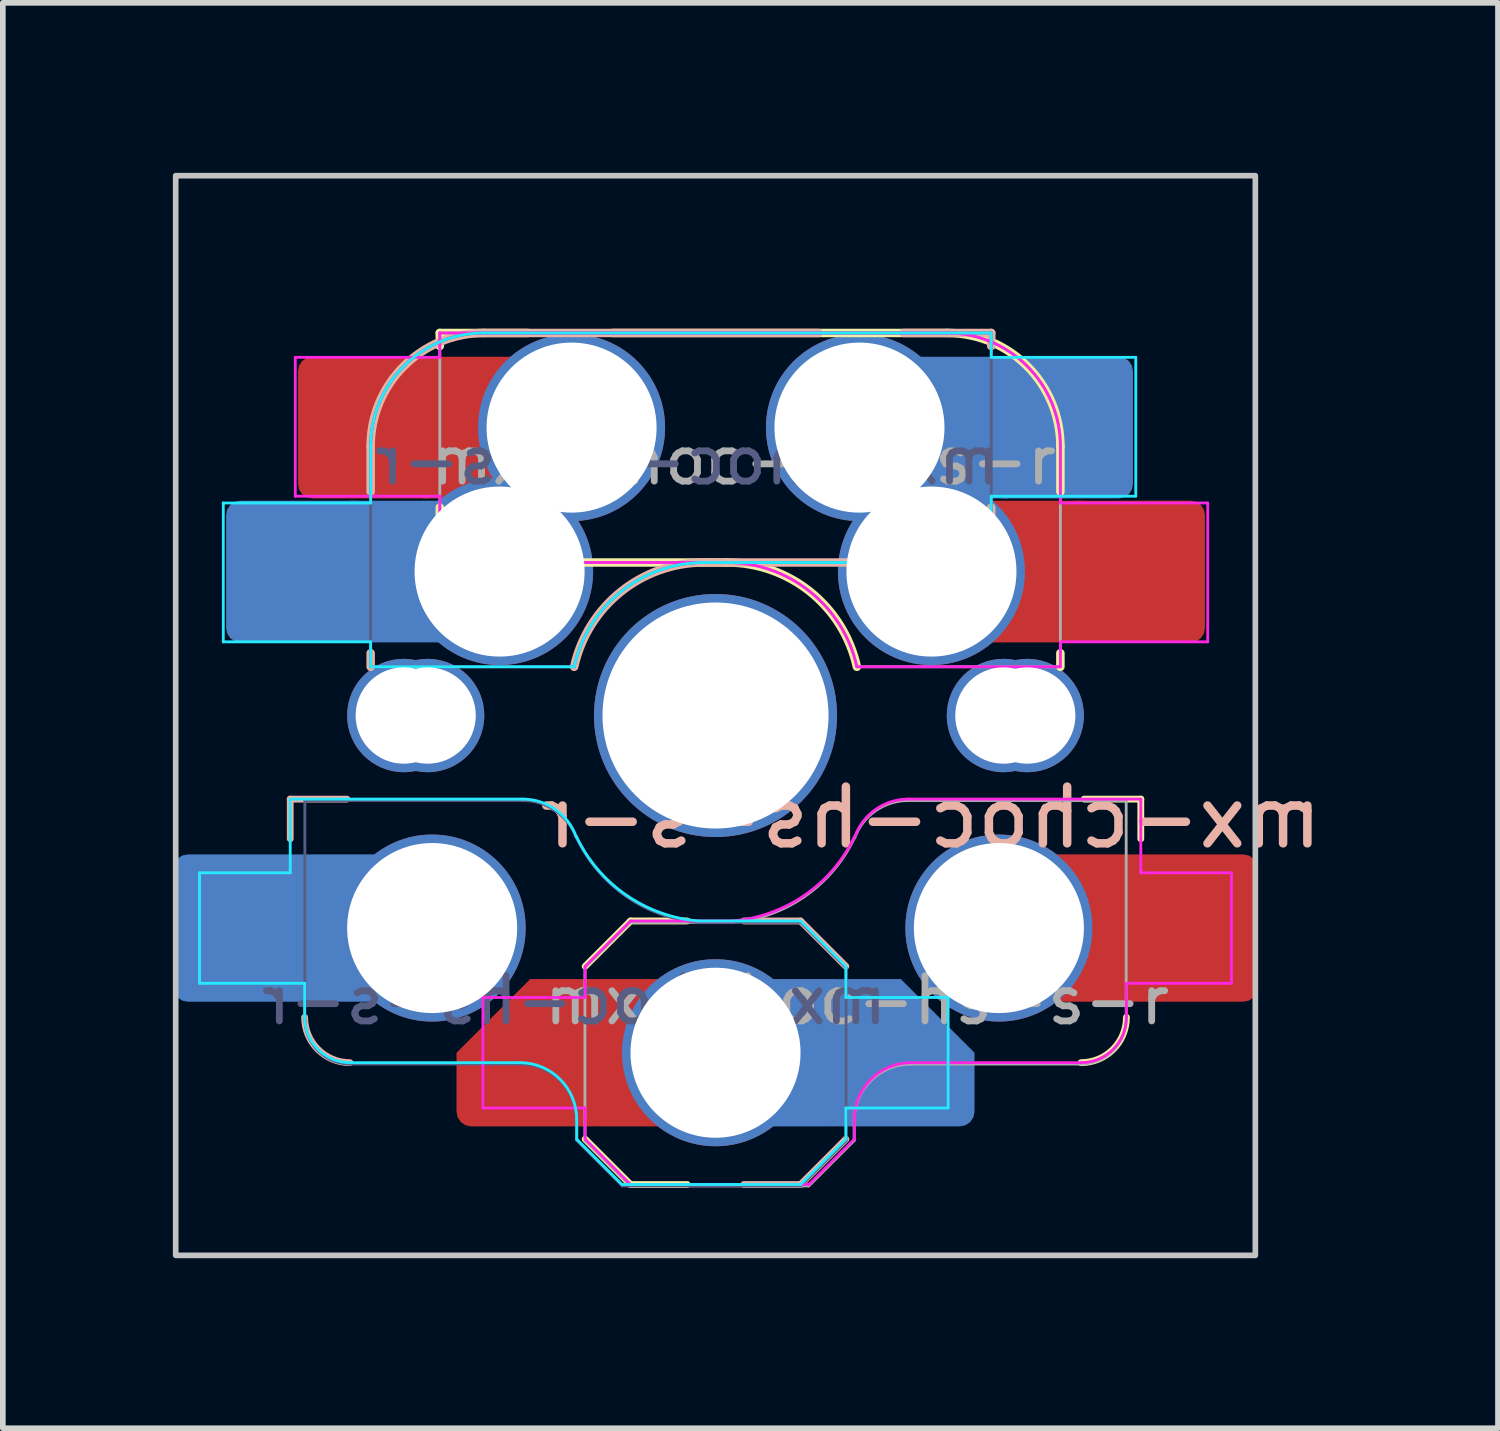
<source format=kicad_pcb>
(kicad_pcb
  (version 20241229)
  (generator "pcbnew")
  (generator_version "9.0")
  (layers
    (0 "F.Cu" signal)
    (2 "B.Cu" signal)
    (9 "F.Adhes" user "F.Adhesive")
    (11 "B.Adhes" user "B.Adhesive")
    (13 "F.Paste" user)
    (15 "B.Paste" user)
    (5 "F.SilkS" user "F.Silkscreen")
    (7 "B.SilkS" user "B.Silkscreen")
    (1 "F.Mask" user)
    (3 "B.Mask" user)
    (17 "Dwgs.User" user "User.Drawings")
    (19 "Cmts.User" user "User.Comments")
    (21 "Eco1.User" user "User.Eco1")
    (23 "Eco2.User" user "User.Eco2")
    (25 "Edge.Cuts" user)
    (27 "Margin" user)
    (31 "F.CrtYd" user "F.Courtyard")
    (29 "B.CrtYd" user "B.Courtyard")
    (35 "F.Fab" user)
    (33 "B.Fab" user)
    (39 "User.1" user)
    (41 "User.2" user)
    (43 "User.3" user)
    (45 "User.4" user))
  (footprint "mx-choc-hs-s-r"
    (layer "F.Cu")
    (at 9.575 9.575)
    (property "Reference" "mx-choc-hs-s-r" (at 3.8 1.8 0) (layer "B.SilkS") (effects (font (size 1 1) (thickness 0.15)) (justify mirror)))
    (attr smd)
    (fp_line (start -4.865 -3.67) (end -4.865 -3.2) (stroke (width 0.15) (type solid)) (layer "F.SilkS"))
    (fp_line (start -4.865 -6.75) (end -4.865 -6.52) (stroke (width 0.15) (type solid)) (layer "F.SilkS"))
    (fp_line (start -4.365 -2.7) (end 0.2 -2.7) (stroke (width 0.15) (type solid)) (layer "F.SilkS"))
    (fp_line (start -3.315 -6.75) (end -4.865 -6.75) (stroke (width 0.15) (type solid)) (layer "F.SilkS"))
    (fp_line (start -2.3 7.475) (end -1.5 8.275) (stroke (width 0.12) (type solid)) (layer "F.SilkS"))
    (fp_line (start -1.5 3.625) (end -2.3 4.425) (stroke (width 0.12) (type solid)) (layer "F.SilkS"))
    (fp_line (start -1.5 3.625) (end -0.5 3.625) (stroke (width 0.12) (type solid)) (layer "F.SilkS"))
    (fp_line (start -1.5 8.275) (end -0.5 8.275) (stroke (width 0.12) (type solid)) (layer "F.SilkS"))
    (fp_line (start 4.085 -6.75) (end -1.815 -6.75) (stroke (width 0.15) (type solid)) (layer "F.SilkS"))
    (fp_line (start 6.085 -1.1) (end 6.085 -0.86) (stroke (width 0.15) (type solid)) (layer "F.SilkS"))
    (fp_line (start 6.085 -3.95) (end 6.085 -4.75) (stroke (width 0.15) (type solid)) (layer "F.SilkS"))
    (fp_line (start 7.504 1.475) (end 6.504 1.475) (stroke (width 0.12) (type solid)) (layer "F.SilkS"))
    (fp_line (start 7.504 1.475) (end 7.504 2.175) (stroke (width 0.12) (type solid)) (layer "F.SilkS"))
    (fp_arc (start -4.364825 -2.700216) (mid -4.718382 -2.846662) (end -4.864824 -3.200221) (stroke (width 0.15) (type solid)) (layer "F.SilkS"))
    (fp_arc (start 0.200001 -2.700221) (mid 1.670694 -2.183639) (end 2.494322 -0.860222) (stroke (width 0.15) (type solid)) (layer "F.SilkS"))
    (fp_arc (start 4.085172 -6.750221) (mid 5.499391 -6.164436) (end 6.085178 -4.750217) (stroke (width 0.15) (type solid)) (layer "F.SilkS"))
    (fp_arc (start 7.25 5.325) (mid 7.015685 5.890685) (end 6.45 6.125) (stroke (width 0.12) (type solid)) (layer "F.SilkS"))
    (fp_line (start -7.504 1.475) (end -7.504 2.175) (stroke (width 0.12) (type solid)) (layer "B.SilkS"))
    (fp_line (start -7.504 1.475) (end -6.504 1.475) (stroke (width 0.12) (type solid)) (layer "B.SilkS"))
    (fp_line (start -6.085 -1.1) (end -6.085 -0.86) (stroke (width 0.15) (type solid)) (layer "B.SilkS"))
    (fp_line (start -6.085 -3.95) (end -6.085 -4.75) (stroke (width 0.15) (type solid)) (layer "B.SilkS"))
    (fp_line (start -4.085 -6.75) (end 1.815 -6.75) (stroke (width 0.15) (type solid)) (layer "B.SilkS"))
    (fp_line (start 1.5 3.625) (end 0.5 3.625) (stroke (width 0.12) (type solid)) (layer "B.SilkS"))
    (fp_line (start 1.5 3.625) (end 2.3 4.425) (stroke (width 0.12) (type solid)) (layer "B.SilkS"))
    (fp_line (start 1.5 8.275) (end 0.5 8.275) (stroke (width 0.12) (type solid)) (layer "B.SilkS"))
    (fp_line (start 2.3 7.475) (end 1.5 8.275) (stroke (width 0.12) (type solid)) (layer "B.SilkS"))
    (fp_line (start 3.315 -6.75) (end 4.865 -6.75) (stroke (width 0.15) (type solid)) (layer "B.SilkS"))
    (fp_line (start 4.365 -2.7) (end -0.2 -2.7) (stroke (width 0.15) (type solid)) (layer "B.SilkS"))
    (fp_line (start 4.865 -6.75) (end 4.865 -6.52) (stroke (width 0.15) (type solid)) (layer "B.SilkS"))
    (fp_line (start 4.865 -3.67) (end 4.865 -3.2) (stroke (width 0.15) (type solid)) (layer "B.SilkS"))
    (fp_arc (start -6.450001 6.125) (mid -7.015686 5.890686) (end -7.25 5.325001) (stroke (width 0.12) (type solid)) (layer "B.SilkS"))
    (fp_arc (start -6.085176 -4.750216) (mid -5.49939 -6.164431) (end -4.085176 -6.750218) (stroke (width 0.15) (type solid)) (layer "B.SilkS"))
    (fp_arc (start -2.494321 -0.860222) (mid -1.670692 -2.183638) (end -0.199999 -2.70022) (stroke (width 0.15) (type solid)) (layer "B.SilkS"))
    (fp_arc (start 4.864825 -3.200217) (mid 4.718377 -2.846667) (end 4.364826 -2.700217) (stroke (width 0.15) (type solid)) (layer "B.SilkS"))
    (fp_rect (start -9.525 -9.525) (end 9.525 9.525) (stroke (width 0.1) (type default)) (fill no) (layer "Dwgs.User"))
    (fp_line (start -9.104 4.725) (end -9.104 2.775) (stroke (width 0.05) (type solid)) (layer "B.CrtYd"))
    (fp_line (start -9.104 2.775) (end -7.504 2.775) (stroke (width 0.05) (type solid)) (layer "B.CrtYd"))
    (fp_line (start -8.685 -3.75) (end -8.685 -1.3) (stroke (width 0.05) (type solid)) (layer "B.CrtYd"))
    (fp_line (start -8.685 -1.3) (end -6.085 -1.3) (stroke (width 0.05) (type solid)) (layer "B.CrtYd"))
    (fp_line (start -7.504 2.175) (end -7.504 2.775) (stroke (width 0.05) (type solid)) (layer "B.CrtYd"))
    (fp_line (start -7.504 1.475) (end -7.504 2.175) (stroke (width 0.05) (type solid)) (layer "B.CrtYd"))
    (fp_line (start -7.504 1.475) (end -3.4 1.475) (stroke (width 0.05) (type solid)) (layer "B.CrtYd"))
    (fp_line (start -7.25 5.325) (end -7.25 4.725) (stroke (width 0.05) (type solid)) (layer "B.CrtYd"))
    (fp_line (start -7.25 4.725) (end -9.104 4.725) (stroke (width 0.05) (type solid)) (layer "B.CrtYd"))
    (fp_line (start -6.085 -1.3) (end -6.085 -0.86) (stroke (width 0.05) (type solid)) (layer "B.CrtYd"))
    (fp_line (start -6.085 -3.75) (end -8.685 -3.75) (stroke (width 0.05) (type solid)) (layer "B.CrtYd"))
    (fp_line (start -6.085 -3.75) (end -6.085 -4.75) (stroke (width 0.05) (type solid)) (layer "B.CrtYd"))
    (fp_line (start -6.085 -0.86) (end -2.494 -0.86) (stroke (width 0.05) (type solid)) (layer "B.CrtYd"))
    (fp_line (start -4.085 -6.75) (end 4.865 -6.75) (stroke (width 0.05) (type solid)) (layer "B.CrtYd"))
    (fp_line (start -3.45 6.125) (end -6.45 6.125) (stroke (width 0.05) (type solid)) (layer "B.CrtYd"))
    (fp_line (start -2.45 7.475) (end -2.45 7.125) (stroke (width 0.05) (type solid)) (layer "B.CrtYd"))
    (fp_line (start -2.45 7.475) (end -1.65 8.275) (stroke (width 0.05) (type solid)) (layer "B.CrtYd"))
    (fp_line (start 1.5 3.625) (end -0.3 3.625) (stroke (width 0.05) (type solid)) (layer "B.CrtYd"))
    (fp_line (start 1.5 3.625) (end 2.3 4.425) (stroke (width 0.05) (type solid)) (layer "B.CrtYd"))
    (fp_line (start 1.5 8.275) (end -1.65 8.275) (stroke (width 0.05) (type solid)) (layer "B.CrtYd"))
    (fp_line (start 2.3 7.475) (end 1.5 8.275) (stroke (width 0.05) (type solid)) (layer "B.CrtYd"))
    (fp_line (start 2.3 7.475) (end 2.3 6.925) (stroke (width 0.05) (type solid)) (layer "B.CrtYd"))
    (fp_line (start 2.3 4.975) (end 2.3 4.425) (stroke (width 0.05) (type solid)) (layer "B.CrtYd"))
    (fp_line (start 4.104 4.975) (end 2.3 4.975) (stroke (width 0.05) (type solid)) (layer "B.CrtYd"))
    (fp_line (start 4.104 4.975) (end 4.104 6.925) (stroke (width 0.05) (type solid)) (layer "B.CrtYd"))
    (fp_line (start 4.104 6.925) (end 2.3 6.925) (stroke (width 0.05) (type solid)) (layer "B.CrtYd"))
    (fp_line (start 4.865 -6.75) (end 4.865 -6.32) (stroke (width 0.05) (type solid)) (layer "B.CrtYd"))
    (fp_line (start 4.865 -3.87) (end 4.865 -2.7) (stroke (width 0.05) (type solid)) (layer "B.CrtYd"))
    (fp_line (start 4.865 -3.87) (end 7.415 -3.87) (stroke (width 0.05) (type solid)) (layer "B.CrtYd"))
    (fp_line (start 4.865 -2.7) (end -0.2 -2.7) (stroke (width 0.05) (type solid)) (layer "B.CrtYd"))
    (fp_line (start 7.415 -6.32) (end 4.865 -6.32) (stroke (width 0.05) (type solid)) (layer "B.CrtYd"))
    (fp_line (start 7.415 -3.87) (end 7.415 -6.32) (stroke (width 0.05) (type solid)) (layer "B.CrtYd"))
    (fp_arc (start -6.450001 6.125) (mid -7.015686 5.890686) (end -7.25 5.325001) (stroke (width 0.05) (type solid)) (layer "B.CrtYd"))
    (fp_arc (start -6.085176 -4.750216) (mid -5.49939 -6.164431) (end -4.085176 -6.750218) (stroke (width 0.05) (type solid)) (layer "B.CrtYd"))
    (fp_arc (start -3.450001 6.124999) (mid -2.742895 6.417893) (end -2.45 7.125) (stroke (width 0.05) (type solid)) (layer "B.CrtYd"))
    (fp_arc (start -3.4 1.475) (mid -2.826423 1.655848) (end -2.460307 2.13298) (stroke (width 0.05) (type solid)) (layer "B.CrtYd"))
    (fp_arc (start -2.494321 -0.860222) (mid -1.670501 -2.183401) (end -0.199999 -2.70022) (stroke (width 0.05) (type solid)) (layer "B.CrtYd"))
    (fp_arc (start -0.299999 3.624999) (mid -1.577272 3.167235) (end -2.455442 2.132929) (stroke (width 0.05) (type solid)) (layer "B.CrtYd"))
    (fp_line (start -7.415 -3.87) (end -7.415 -6.32) (stroke (width 0.05) (type solid)) (layer "F.CrtYd"))
    (fp_line (start -7.415 -6.32) (end -4.865 -6.32) (stroke (width 0.05) (type solid)) (layer "F.CrtYd"))
    (fp_line (start -4.865 -3.87) (end -7.415 -3.87) (stroke (width 0.05) (type solid)) (layer "F.CrtYd"))
    (fp_line (start -4.865 -3.87) (end -4.865 -2.7) (stroke (width 0.05) (type solid)) (layer "F.CrtYd"))
    (fp_line (start -4.865 -2.7) (end 0.2 -2.7) (stroke (width 0.05) (type solid)) (layer "F.CrtYd"))
    (fp_line (start -4.865 -6.75) (end -4.865 -6.32) (stroke (width 0.05) (type solid)) (layer "F.CrtYd"))
    (fp_line (start -4.104 4.975) (end -4.104 6.925) (stroke (width 0.05) (type solid)) (layer "F.CrtYd"))
    (fp_line (start -4.104 4.975) (end -2.3 4.975) (stroke (width 0.05) (type solid)) (layer "F.CrtYd"))
    (fp_line (start -4.104 6.925) (end -2.3 6.925) (stroke (width 0.05) (type solid)) (layer "F.CrtYd"))
    (fp_line (start -2.3 4.975) (end -2.3 4.425) (stroke (width 0.05) (type solid)) (layer "F.CrtYd"))
    (fp_line (start -2.3 7.475) (end -2.3 6.925) (stroke (width 0.05) (type solid)) (layer "F.CrtYd"))
    (fp_line (start -2.3 7.475) (end -1.5 8.275) (stroke (width 0.05) (type solid)) (layer "F.CrtYd"))
    (fp_line (start -1.5 3.625) (end -2.3 4.425) (stroke (width 0.05) (type solid)) (layer "F.CrtYd"))
    (fp_line (start -1.5 3.625) (end 0.3 3.625) (stroke (width 0.05) (type solid)) (layer "F.CrtYd"))
    (fp_line (start -1.5 8.275) (end 1.65 8.275) (stroke (width 0.05) (type solid)) (layer "F.CrtYd"))
    (fp_line (start 2.45 7.475) (end 1.65 8.275) (stroke (width 0.05) (type solid)) (layer "F.CrtYd"))
    (fp_line (start 2.45 7.475) (end 2.45 7.125) (stroke (width 0.05) (type solid)) (layer "F.CrtYd"))
    (fp_line (start 3.45 6.125) (end 6.45 6.125) (stroke (width 0.05) (type solid)) (layer "F.CrtYd"))
    (fp_line (start 4.085 -6.75) (end -4.865 -6.75) (stroke (width 0.05) (type solid)) (layer "F.CrtYd"))
    (fp_line (start 6.085 -1.3) (end 6.085 -0.86) (stroke (width 0.05) (type solid)) (layer "F.CrtYd"))
    (fp_line (start 6.085 -0.86) (end 2.494 -0.86) (stroke (width 0.05) (type solid)) (layer "F.CrtYd"))
    (fp_line (start 6.085 -3.75) (end 6.085 -4.75) (stroke (width 0.05) (type solid)) (layer "F.CrtYd"))
    (fp_line (start 6.085 -3.75) (end 8.685 -3.75) (stroke (width 0.05) (type solid)) (layer "F.CrtYd"))
    (fp_line (start 7.25 4.725) (end 9.104 4.725) (stroke (width 0.05) (type solid)) (layer "F.CrtYd"))
    (fp_line (start 7.25 5.325) (end 7.25 4.725) (stroke (width 0.05) (type solid)) (layer "F.CrtYd"))
    (fp_line (start 7.504 1.475) (end 3.4 1.475) (stroke (width 0.05) (type solid)) (layer "F.CrtYd"))
    (fp_line (start 7.504 1.475) (end 7.504 2.175) (stroke (width 0.05) (type solid)) (layer "F.CrtYd"))
    (fp_line (start 7.504 2.175) (end 7.504 2.775) (stroke (width 0.05) (type solid)) (layer "F.CrtYd"))
    (fp_line (start 8.685 -1.3) (end 6.085 -1.3) (stroke (width 0.05) (type solid)) (layer "F.CrtYd"))
    (fp_line (start 8.685 -3.75) (end 8.685 -1.3) (stroke (width 0.05) (type solid)) (layer "F.CrtYd"))
    (fp_line (start 9.104 2.775) (end 7.504 2.775) (stroke (width 0.05) (type solid)) (layer "F.CrtYd"))
    (fp_line (start 9.104 4.725) (end 9.104 2.775) (stroke (width 0.05) (type solid)) (layer "F.CrtYd"))
    (fp_arc (start 0.200001 -2.700221) (mid 1.670503 -2.1834) (end 2.494322 -0.860222) (stroke (width 0.05) (type solid)) (layer "F.CrtYd"))
    (fp_arc (start 2.45 7.125) (mid 2.742893 6.417893) (end 3.45 6.125) (stroke (width 0.05) (type solid)) (layer "F.CrtYd"))
    (fp_arc (start 2.455444 2.13293) (mid 1.577272 3.167235) (end 0.299999 3.624999) (stroke (width 0.05) (type solid)) (layer "F.CrtYd"))
    (fp_arc (start 2.460307 2.13298) (mid 2.826423 1.655848) (end 3.4 1.475) (stroke (width 0.05) (type solid)) (layer "F.CrtYd"))
    (fp_arc (start 4.085172 -6.750221) (mid 5.499391 -6.164436) (end 6.085178 -4.750217) (stroke (width 0.05) (type solid)) (layer "F.CrtYd"))
    (fp_arc (start 7.25 5.325) (mid 7.015685 5.890685) (end 6.45 6.125) (stroke (width 0.05) (type solid)) (layer "F.CrtYd"))
    (fp_line (start -7.246 1.5) (end -3.396 1.5) (stroke (width 0.05) (type solid)) (layer "B.Fab"))
    (fp_line (start -7.246 5.35) (end -7.246 1.5) (stroke (width 0.05) (type solid)) (layer "B.Fab"))
    (fp_line (start -6.085 -0.86) (end -6.085 -4.75) (stroke (width 0.05) (type solid)) (layer "B.Fab"))
    (fp_line (start -6.085 -0.86) (end -2.494 -0.86) (stroke (width 0.05) (type solid)) (layer "B.Fab"))
    (fp_line (start -4.085 -6.75) (end 4.865 -6.75) (stroke (width 0.05) (type solid)) (layer "B.Fab"))
    (fp_line (start -3.446 6.15) (end -6.446 6.15) (stroke (width 0.05) (type solid)) (layer "B.Fab"))
    (fp_line (start -2.446 7.5) (end -2.446 7.15) (stroke (width 0.05) (type solid)) (layer "B.Fab"))
    (fp_line (start -2.446 7.5) (end -1.646 8.3) (stroke (width 0.05) (type solid)) (layer "B.Fab"))
    (fp_line (start 1.504 3.65) (end -0.296 3.65) (stroke (width 0.05) (type solid)) (layer "B.Fab"))
    (fp_line (start 1.504 3.65) (end 2.304 4.45) (stroke (width 0.05) (type solid)) (layer "B.Fab"))
    (fp_line (start 1.504 8.3) (end -1.646 8.3) (stroke (width 0.05) (type solid)) (layer "B.Fab"))
    (fp_line (start 2.304 7.5) (end 1.504 8.3) (stroke (width 0.05) (type solid)) (layer "B.Fab"))
    (fp_line (start 2.304 7.5) (end 2.304 4.45) (stroke (width 0.05) (type solid)) (layer "B.Fab"))
    (fp_line (start 4.865 -6.75) (end 4.865 -2.7) (stroke (width 0.05) (type solid)) (layer "B.Fab"))
    (fp_line (start 4.865 -2.7) (end -0.2 -2.7) (stroke (width 0.05) (type solid)) (layer "B.Fab"))
    (fp_arc (start -6.446 6.15) (mid -7.011685 5.915685) (end -7.245999 5.349999) (stroke (width 0.05) (type solid)) (layer "B.Fab"))
    (fp_arc (start -6.085176 -4.750216) (mid -5.49939 -6.164431) (end -4.085176 -6.750218) (stroke (width 0.05) (type solid)) (layer "B.Fab"))
    (fp_arc (start -3.445999 6.149999) (mid -2.738892 6.442893) (end -2.445999 7.150001) (stroke (width 0.05) (type solid)) (layer "B.Fab"))
    (fp_arc (start -3.395998 1.500001) (mid -2.822421 1.680849) (end -2.456307 2.157982) (stroke (width 0.05) (type solid)) (layer "B.Fab"))
    (fp_arc (start -2.494321 -0.860222) (mid -1.670501 -2.183401) (end -0.199999 -2.70022) (stroke (width 0.05) (type solid)) (layer "B.Fab"))
    (fp_arc (start -0.295999 3.650001) (mid -1.573274 3.192237) (end -2.451444 2.15793) (stroke (width 0.05) (type solid)) (layer "B.Fab"))
    (fp_line (start -4.865 -2.7) (end 0.2 -2.7) (stroke (width 0.05) (type solid)) (layer "F.Fab"))
    (fp_line (start -4.865 -6.75) (end -4.865 -2.7) (stroke (width 0.05) (type solid)) (layer "F.Fab"))
    (fp_line (start -2.304 7.5) (end -2.304 4.45) (stroke (width 0.05) (type solid)) (layer "F.Fab"))
    (fp_line (start -2.304 7.5) (end -1.504 8.3) (stroke (width 0.05) (type solid)) (layer "F.Fab"))
    (fp_line (start -1.504 3.65) (end -2.304 4.45) (stroke (width 0.05) (type solid)) (layer "F.Fab"))
    (fp_line (start -1.504 3.65) (end 0.296 3.65) (stroke (width 0.05) (type solid)) (layer "F.Fab"))
    (fp_line (start -1.504 8.3) (end 1.646 8.3) (stroke (width 0.05) (type solid)) (layer "F.Fab"))
    (fp_line (start 2.446 7.5) (end 1.646 8.3) (stroke (width 0.05) (type solid)) (layer "F.Fab"))
    (fp_line (start 2.446 7.5) (end 2.446 7.15) (stroke (width 0.05) (type solid)) (layer "F.Fab"))
    (fp_line (start 3.446 6.15) (end 6.446 6.15) (stroke (width 0.05) (type solid)) (layer "F.Fab"))
    (fp_line (start 4.085 -6.75) (end -4.865 -6.75) (stroke (width 0.05) (type solid)) (layer "F.Fab"))
    (fp_line (start 6.085 -0.86) (end 2.494 -0.86) (stroke (width 0.05) (type solid)) (layer "F.Fab"))
    (fp_line (start 6.085 -0.86) (end 6.085 -4.75) (stroke (width 0.05) (type solid)) (layer "F.Fab"))
    (fp_line (start 7.246 1.5) (end 3.396 1.5) (stroke (width 0.05) (type solid)) (layer "F.Fab"))
    (fp_line (start 7.246 5.35) (end 7.246 1.5) (stroke (width 0.05) (type solid)) (layer "F.Fab"))
    (fp_arc (start 0.200001 -2.700221) (mid 1.670503 -2.1834) (end 2.494322 -0.860222) (stroke (width 0.05) (type solid)) (layer "F.Fab"))
    (fp_arc (start 2.446 7.15) (mid 2.738893 6.442893) (end 3.446 6.15) (stroke (width 0.05) (type solid)) (layer "F.Fab"))
    (fp_arc (start 2.451444 2.15793) (mid 1.573272 3.192235) (end 0.295999 3.649999) (stroke (width 0.05) (type solid)) (layer "F.Fab"))
    (fp_arc (start 2.456307 2.15798) (mid 2.822423 1.680848) (end 3.396 1.5) (stroke (width 0.05) (type solid)) (layer "F.Fab"))
    (fp_arc (start 4.085172 -6.750221) (mid 5.499391 -6.164436) (end 6.085178 -4.750217) (stroke (width 0.05) (type solid)) (layer "F.Fab"))
    (fp_arc (start 7.246 5.35) (mid 7.011685 5.915685) (end 6.446 6.15) (stroke (width 0.05) (type solid)) (layer "F.Fab"))
    (fp_text user "${REFERENCE}" (at -2.496 5.025 0) (layer "B.Fab") (effects (font (size 0.8 0.8) (thickness 0.12)) (justify mirror)))
    (fp_text user "${REFERENCE}" (at -0.5 -4.5 0) (layer "B.Fab") (effects (font (size 0.8 0.8) (thickness 0.12)) (justify mirror)))
    (fp_text user "${REFERENCE}" (at 0.5 -4.5 0) (layer "F.Fab") (effects (font (size 0.8 0.8) (thickness 0.12))))
    (fp_text user "${REFERENCE}" (at 2.496 5.025 0) (layer "F.Fab") (effects (font (size 0.8 0.8) (thickness 0.12))))
    (pad "" thru_hole circle (at -5.5 0.000002) (size 2 2) (drill 1.7) (layers "*.Cu" "*.Mask"))
    (pad "" thru_hole circle (at -5.08 -0.000002) (size 2 2) (drill 1.7) (layers "*.Cu" "*.Mask"))
    (pad "" thru_hole circle (at 0 0) (size 4.288 4.288) (drill 3.988) (layers "*.Cu" "*.Mask"))
    (pad "" thru_hole circle (at 5.08 0.000001) (size 2 2) (drill 1.7) (layers "*.Cu" "*.Mask"))
    (pad "" thru_hole circle (at 5.5 -0.000002) (size 2 2) (drill 1.7) (layers "*.Cu" "*.Mask"))
    (pad "1" smd roundrect (at -8.245 3.75 180) (size 2.65 2.6) (layers "B.Cu" "B.Mask" "B.Paste") (roundrect_rratio 0.1))
    (pad "1" smd roundrect (at -7.36 -2.54 180) (size 2.55 2.5) (layers "B.Cu" "B.Mask" "B.Paste") (roundrect_rratio 0.1))
    (pad "1" smd rect (at -6.55 3.75 180) (size 1.2 2.6) (layers "B.Cu"))
    (pad "1" smd roundrect (at -6.09 -5.08) (size 2.55 2.5) (layers "F.Cu" "F.Mask" "F.Paste") (roundrect_rratio 0.1))
    (pad "1" smd rect (at -5.635 -2.54) (size 1.65 2.5) (layers "B.Cu"))
    (pad "1" thru_hole circle (at -5 3.75 180) (size 3.3 3.3) (drill 3) (layers "*.Cu" "*.Mask"))
    (pad "1" smd rect (at -4.34 -5.08) (size 1.65 2.5) (layers "F.Cu"))
    (pad "1" thru_hole circle (at -3.81 -2.54 180) (size 3.3 3.3) (drill 3) (property pad_prop_mechanical) (layers "*.Cu" "*.Mask"))
    (pad "1" thru_hole circle (at -2.54 -5.08) (size 3.3 3.3) (drill 3) (property pad_prop_mechanical) (layers "*.Cu" "*.Mask"))
    (pad "1" thru_hole circle (at 5 3.75) (size 3.3 3.3) (drill 3) (layers "*.Cu" "*.Mask"))
    (pad "1" smd rect (at 6.55 3.75) (size 1.2 2.6) (layers "F.Cu"))
    (pad "1" smd roundrect (at 8.245 3.75) (size 2.65 2.6) (layers "F.Cu" "F.Mask" "F.Paste") (roundrect_rratio 0.1))
    (pad "2" smd roundrect (at -3.245 5.95) (size 2.65 2.6) (layers "F.Cu" "F.Mask" "F.Paste") (roundrect_rratio 0.1) (chamfer_ratio 0.5) (chamfer top_left))
    (pad "2" smd rect (at -1.55 5.95 180) (size 1.2 2.6) (layers "F.Cu"))
    (pad "2" thru_hole circle (at 0.000001 5.95 180) (size 3.3 3.3) (drill 3) (layers "*.Cu" "*.Mask"))
    (pad "2" smd rect (at 1.55 5.95) (size 1.2 2.6) (layers "B.Cu"))
    (pad "2" thru_hole circle (at 2.54 -5.08 180) (size 3.3 3.3) (drill 3) (property pad_prop_mechanical) (layers "*.Cu" "*.Mask"))
    (pad "2" smd roundrect (at 3.245 5.95 180) (size 2.65 2.6) (layers "B.Cu" "B.Mask" "B.Paste") (roundrect_rratio 0.1) (chamfer_ratio 0.5) (chamfer bottom_left))
    (pad "2" thru_hole circle (at 3.81 -2.54) (size 3.3 3.3) (drill 3) (property pad_prop_mechanical) (layers "*.Cu" "*.Mask"))
    (pad "2" smd rect (at 4.34 -5.08 180) (size 1.65 2.5) (layers "B.Cu"))
    (pad "2" smd rect (at 5.635 -2.54 180) (size 1.65 2.5) (layers "F.Cu"))
    (pad "2" smd roundrect (at 6.09 -5.08 180) (size 2.55 2.5) (layers "B.Cu" "B.Mask" "B.Paste") (roundrect_rratio 0.1))
    (pad "2" smd roundrect (at 7.36 -2.54) (size 2.55 2.5) (layers "F.Cu" "F.Mask" "F.Paste") (roundrect_rratio 0.1)))
  (gr_rect
    (start -3 -3)
    (end 23.381 22.15)
    (stroke (width 0.1) (type default))
    (fill no)
    (layer "Edge.Cuts")))
</source>
